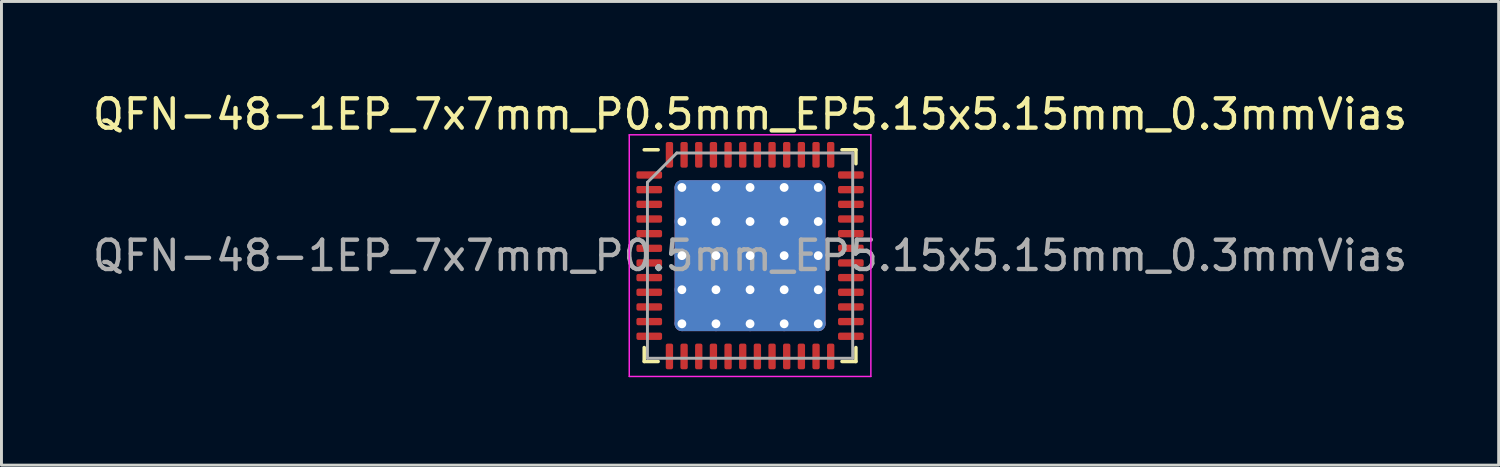
<source format=kicad_pcb>
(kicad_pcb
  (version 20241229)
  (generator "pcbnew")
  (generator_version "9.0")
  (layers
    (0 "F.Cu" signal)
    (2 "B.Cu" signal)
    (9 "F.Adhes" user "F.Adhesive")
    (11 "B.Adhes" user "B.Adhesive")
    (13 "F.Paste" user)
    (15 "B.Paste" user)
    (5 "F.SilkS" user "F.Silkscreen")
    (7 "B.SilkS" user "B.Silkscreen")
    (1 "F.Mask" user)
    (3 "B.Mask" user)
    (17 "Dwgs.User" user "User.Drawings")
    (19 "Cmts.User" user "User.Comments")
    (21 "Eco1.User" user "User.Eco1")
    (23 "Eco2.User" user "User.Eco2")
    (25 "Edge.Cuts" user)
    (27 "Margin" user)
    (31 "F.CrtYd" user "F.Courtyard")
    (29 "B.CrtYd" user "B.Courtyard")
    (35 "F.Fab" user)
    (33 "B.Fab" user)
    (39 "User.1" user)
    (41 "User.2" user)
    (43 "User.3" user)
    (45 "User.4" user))
  (footprint "QFN-48-1EP_7x7mm_P0.5mm_EP5.15x5.15mm_0.3mmVias"
    (layer "F.Cu")
    (at 22.53 5.668)
    (property "Reference" "QFN-48-1EP_7x7mm_P0.5mm_EP5.15x5.15mm_0.3mmVias" (at 0 -4.82 0) (layer "F.SilkS") (effects (font (size 1 1) (thickness 0.15))))
    (attr smd)
    (fp_line (start -3.61 3.61) (end -3.61 3.135) (stroke (width 0.12) (type solid)) (layer "F.SilkS"))
    (fp_line (start -3.135 -3.61) (end -3.61 -3.61) (stroke (width 0.12) (type solid)) (layer "F.SilkS"))
    (fp_line (start -3.135 3.61) (end -3.61 3.61) (stroke (width 0.12) (type solid)) (layer "F.SilkS"))
    (fp_line (start 3.135 -3.61) (end 3.61 -3.61) (stroke (width 0.12) (type solid)) (layer "F.SilkS"))
    (fp_line (start 3.135 3.61) (end 3.61 3.61) (stroke (width 0.12) (type solid)) (layer "F.SilkS"))
    (fp_line (start 3.61 -3.61) (end 3.61 -3.135) (stroke (width 0.12) (type solid)) (layer "F.SilkS"))
    (fp_line (start 3.61 3.61) (end 3.61 3.135) (stroke (width 0.12) (type solid)) (layer "F.SilkS"))
    (fp_line (start -4.12 -4.12) (end -4.12 4.12) (stroke (width 0.05) (type solid)) (layer "F.CrtYd"))
    (fp_line (start -4.12 4.12) (end 4.12 4.12) (stroke (width 0.05) (type solid)) (layer "F.CrtYd"))
    (fp_line (start 4.12 -4.12) (end -4.12 -4.12) (stroke (width 0.05) (type solid)) (layer "F.CrtYd"))
    (fp_line (start 4.12 4.12) (end 4.12 -4.12) (stroke (width 0.05) (type solid)) (layer "F.CrtYd"))
    (fp_line (start -3.5 -2.5) (end -2.5 -3.5) (stroke (width 0.1) (type solid)) (layer "F.Fab"))
    (fp_line (start -3.5 3.5) (end -3.5 -2.5) (stroke (width 0.1) (type solid)) (layer "F.Fab"))
    (fp_line (start -2.5 -3.5) (end 3.5 -3.5) (stroke (width 0.1) (type solid)) (layer "F.Fab"))
    (fp_line (start 3.5 -3.5) (end 3.5 3.5) (stroke (width 0.1) (type solid)) (layer "F.Fab"))
    (fp_line (start 3.5 3.5) (end -3.5 3.5) (stroke (width 0.1) (type solid)) (layer "F.Fab"))
    (fp_text user "${REFERENCE}" (at 0 0 0) (layer "F.Fab") (effects (font (size 1 1) (thickness 0.15))))
    (pad "" smd roundrect (at -1.744 -1.744) (size 0.997 0.997) (layers "F.Paste") (roundrect_rratio 0.25))
    (pad "" smd roundrect (at -1.744 -0.581) (size 0.997 0.997) (layers "F.Paste") (roundrect_rratio 0.25))
    (pad "" smd roundrect (at -1.744 0.581) (size 0.997 0.997) (layers "F.Paste") (roundrect_rratio 0.25))
    (pad "" smd roundrect (at -1.744 1.744) (size 0.997 0.997) (layers "F.Paste") (roundrect_rratio 0.25))
    (pad "" smd roundrect (at -0.581 -1.744) (size 0.997 0.997) (layers "F.Paste") (roundrect_rratio 0.25))
    (pad "" smd roundrect (at -0.581 -0.581) (size 0.997 0.997) (layers "F.Paste") (roundrect_rratio 0.25))
    (pad "" smd roundrect (at -0.581 0.581) (size 0.997 0.997) (layers "F.Paste") (roundrect_rratio 0.25))
    (pad "" smd roundrect (at -0.581 1.744) (size 0.997 0.997) (layers "F.Paste") (roundrect_rratio 0.25))
    (pad "" smd roundrect (at 0.581 -1.744) (size 0.997 0.997) (layers "F.Paste") (roundrect_rratio 0.25))
    (pad "" smd roundrect (at 0.581 -0.581) (size 0.997 0.997) (layers "F.Paste") (roundrect_rratio 0.25))
    (pad "" smd roundrect (at 0.581 0.581) (size 0.997 0.997) (layers "F.Paste") (roundrect_rratio 0.25))
    (pad "" smd roundrect (at 0.581 1.744) (size 0.997 0.997) (layers "F.Paste") (roundrect_rratio 0.25))
    (pad "" smd roundrect (at 1.744 -1.744) (size 0.997 0.997) (layers "F.Paste") (roundrect_rratio 0.25))
    (pad "" smd roundrect (at 1.744 -0.581) (size 0.997 0.997) (layers "F.Paste") (roundrect_rratio 0.25))
    (pad "" smd roundrect (at 1.744 0.581) (size 0.997 0.997) (layers "F.Paste") (roundrect_rratio 0.25))
    (pad "" smd roundrect (at 1.744 1.744) (size 0.997 0.997) (layers "F.Paste") (roundrect_rratio 0.25))
    (pad "1" smd roundrect (at -3.438 -2.75) (size 0.875 0.25) (layers "F.Cu" "F.Mask" "F.Paste") (roundrect_rratio 0.25))
    (pad "2" smd roundrect (at -3.438 -2.25) (size 0.875 0.25) (layers "F.Cu" "F.Mask" "F.Paste") (roundrect_rratio 0.25))
    (pad "3" smd roundrect (at -3.438 -1.75) (size 0.875 0.25) (layers "F.Cu" "F.Mask" "F.Paste") (roundrect_rratio 0.25))
    (pad "4" smd roundrect (at -3.438 -1.25) (size 0.875 0.25) (layers "F.Cu" "F.Mask" "F.Paste") (roundrect_rratio 0.25))
    (pad "5" smd roundrect (at -3.438 -0.75) (size 0.875 0.25) (layers "F.Cu" "F.Mask" "F.Paste") (roundrect_rratio 0.25))
    (pad "6" smd roundrect (at -3.438 -0.25) (size 0.875 0.25) (layers "F.Cu" "F.Mask" "F.Paste") (roundrect_rratio 0.25))
    (pad "7" smd roundrect (at -3.438 0.25) (size 0.875 0.25) (layers "F.Cu" "F.Mask" "F.Paste") (roundrect_rratio 0.25))
    (pad "8" smd roundrect (at -3.438 0.75) (size 0.875 0.25) (layers "F.Cu" "F.Mask" "F.Paste") (roundrect_rratio 0.25))
    (pad "9" smd roundrect (at -3.438 1.25) (size 0.875 0.25) (layers "F.Cu" "F.Mask" "F.Paste") (roundrect_rratio 0.25))
    (pad "10" smd roundrect (at -3.438 1.75) (size 0.875 0.25) (layers "F.Cu" "F.Mask" "F.Paste") (roundrect_rratio 0.25))
    (pad "11" smd roundrect (at -3.438 2.25) (size 0.875 0.25) (layers "F.Cu" "F.Mask" "F.Paste") (roundrect_rratio 0.25))
    (pad "12" smd roundrect (at -3.438 2.75) (size 0.875 0.25) (layers "F.Cu" "F.Mask" "F.Paste") (roundrect_rratio 0.25))
    (pad "13" smd roundrect (at -2.75 3.438) (size 0.25 0.875) (layers "F.Cu" "F.Mask" "F.Paste") (roundrect_rratio 0.25))
    (pad "14" smd roundrect (at -2.25 3.438) (size 0.25 0.875) (layers "F.Cu" "F.Mask" "F.Paste") (roundrect_rratio 0.25))
    (pad "15" smd roundrect (at -1.75 3.438) (size 0.25 0.875) (layers "F.Cu" "F.Mask" "F.Paste") (roundrect_rratio 0.25))
    (pad "16" smd roundrect (at -1.25 3.438) (size 0.25 0.875) (layers "F.Cu" "F.Mask" "F.Paste") (roundrect_rratio 0.25))
    (pad "17" smd roundrect (at -0.75 3.438) (size 0.25 0.875) (layers "F.Cu" "F.Mask" "F.Paste") (roundrect_rratio 0.25))
    (pad "18" smd roundrect (at -0.25 3.438) (size 0.25 0.875) (layers "F.Cu" "F.Mask" "F.Paste") (roundrect_rratio 0.25))
    (pad "19" smd roundrect (at 0.25 3.438) (size 0.25 0.875) (layers "F.Cu" "F.Mask" "F.Paste") (roundrect_rratio 0.25))
    (pad "20" smd roundrect (at 0.75 3.438) (size 0.25 0.875) (layers "F.Cu" "F.Mask" "F.Paste") (roundrect_rratio 0.25))
    (pad "21" smd roundrect (at 1.25 3.438) (size 0.25 0.875) (layers "F.Cu" "F.Mask" "F.Paste") (roundrect_rratio 0.25))
    (pad "22" smd roundrect (at 1.75 3.438) (size 0.25 0.875) (layers "F.Cu" "F.Mask" "F.Paste") (roundrect_rratio 0.25))
    (pad "23" smd roundrect (at 2.25 3.438) (size 0.25 0.875) (layers "F.Cu" "F.Mask" "F.Paste") (roundrect_rratio 0.25))
    (pad "24" smd roundrect (at 2.75 3.438) (size 0.25 0.875) (layers "F.Cu" "F.Mask" "F.Paste") (roundrect_rratio 0.25))
    (pad "25" smd roundrect (at 3.438 2.75) (size 0.875 0.25) (layers "F.Cu" "F.Mask" "F.Paste") (roundrect_rratio 0.25))
    (pad "26" smd roundrect (at 3.438 2.25) (size 0.875 0.25) (layers "F.Cu" "F.Mask" "F.Paste") (roundrect_rratio 0.25))
    (pad "27" smd roundrect (at 3.438 1.75) (size 0.875 0.25) (layers "F.Cu" "F.Mask" "F.Paste") (roundrect_rratio 0.25))
    (pad "28" smd roundrect (at 3.438 1.25) (size 0.875 0.25) (layers "F.Cu" "F.Mask" "F.Paste") (roundrect_rratio 0.25))
    (pad "29" smd roundrect (at 3.438 0.75) (size 0.875 0.25) (layers "F.Cu" "F.Mask" "F.Paste") (roundrect_rratio 0.25))
    (pad "30" smd roundrect (at 3.438 0.25) (size 0.875 0.25) (layers "F.Cu" "F.Mask" "F.Paste") (roundrect_rratio 0.25))
    (pad "31" smd roundrect (at 3.438 -0.25) (size 0.875 0.25) (layers "F.Cu" "F.Mask" "F.Paste") (roundrect_rratio 0.25))
    (pad "32" smd roundrect (at 3.438 -0.75) (size 0.875 0.25) (layers "F.Cu" "F.Mask" "F.Paste") (roundrect_rratio 0.25))
    (pad "33" smd roundrect (at 3.438 -1.25) (size 0.875 0.25) (layers "F.Cu" "F.Mask" "F.Paste") (roundrect_rratio 0.25))
    (pad "34" smd roundrect (at 3.438 -1.75) (size 0.875 0.25) (layers "F.Cu" "F.Mask" "F.Paste") (roundrect_rratio 0.25))
    (pad "35" smd roundrect (at 3.438 -2.25) (size 0.875 0.25) (layers "F.Cu" "F.Mask" "F.Paste") (roundrect_rratio 0.25))
    (pad "36" smd roundrect (at 3.438 -2.75) (size 0.875 0.25) (layers "F.Cu" "F.Mask" "F.Paste") (roundrect_rratio 0.25))
    (pad "37" smd roundrect (at 2.75 -3.438) (size 0.25 0.875) (layers "F.Cu" "F.Mask" "F.Paste") (roundrect_rratio 0.25))
    (pad "38" smd roundrect (at 2.25 -3.438) (size 0.25 0.875) (layers "F.Cu" "F.Mask" "F.Paste") (roundrect_rratio 0.25))
    (pad "39" smd roundrect (at 1.75 -3.438) (size 0.25 0.875) (layers "F.Cu" "F.Mask" "F.Paste") (roundrect_rratio 0.25))
    (pad "40" smd roundrect (at 1.25 -3.438) (size 0.25 0.875) (layers "F.Cu" "F.Mask" "F.Paste") (roundrect_rratio 0.25))
    (pad "41" smd roundrect (at 0.75 -3.438) (size 0.25 0.875) (layers "F.Cu" "F.Mask" "F.Paste") (roundrect_rratio 0.25))
    (pad "42" smd roundrect (at 0.25 -3.438) (size 0.25 0.875) (layers "F.Cu" "F.Mask" "F.Paste") (roundrect_rratio 0.25))
    (pad "43" smd roundrect (at -0.25 -3.438) (size 0.25 0.875) (layers "F.Cu" "F.Mask" "F.Paste") (roundrect_rratio 0.25))
    (pad "44" smd roundrect (at -0.75 -3.438) (size 0.25 0.875) (layers "F.Cu" "F.Mask" "F.Paste") (roundrect_rratio 0.25))
    (pad "45" smd roundrect (at -1.25 -3.438) (size 0.25 0.875) (layers "F.Cu" "F.Mask" "F.Paste") (roundrect_rratio 0.25))
    (pad "46" smd roundrect (at -1.75 -3.438) (size 0.25 0.875) (layers "F.Cu" "F.Mask" "F.Paste") (roundrect_rratio 0.25))
    (pad "47" smd roundrect (at -2.25 -3.438) (size 0.25 0.875) (layers "F.Cu" "F.Mask" "F.Paste") (roundrect_rratio 0.25))
    (pad "48" smd roundrect (at -2.75 -3.438) (size 0.25 0.875) (layers "F.Cu" "F.Mask" "F.Paste") (roundrect_rratio 0.25))
    (pad "49" thru_hole circle (at -2.325 -2.325) (size 0.5 0.5) (drill 0.3) (layers "*.Cu"))
    (pad "49" thru_hole circle (at -2.325 -1.163) (size 0.5 0.5) (drill 0.3) (layers "*.Cu"))
    (pad "49" thru_hole circle (at -2.325 0) (size 0.5 0.5) (drill 0.3) (layers "*.Cu"))
    (pad "49" thru_hole circle (at -2.325 1.163) (size 0.5 0.5) (drill 0.3) (layers "*.Cu"))
    (pad "49" thru_hole circle (at -2.325 2.325) (size 0.5 0.5) (drill 0.3) (layers "*.Cu"))
    (pad "49" thru_hole circle (at -1.163 -2.325) (size 0.5 0.5) (drill 0.3) (layers "*.Cu"))
    (pad "49" thru_hole circle (at -1.163 -1.163) (size 0.5 0.5) (drill 0.3) (layers "*.Cu"))
    (pad "49" thru_hole circle (at -1.163 0) (size 0.5 0.5) (drill 0.3) (layers "*.Cu"))
    (pad "49" thru_hole circle (at -1.163 1.163) (size 0.5 0.5) (drill 0.3) (layers "*.Cu"))
    (pad "49" thru_hole circle (at -1.163 2.325) (size 0.5 0.5) (drill 0.3) (layers "*.Cu"))
    (pad "49" thru_hole circle (at 0 -2.325) (size 0.5 0.5) (drill 0.3) (layers "*.Cu"))
    (pad "49" thru_hole circle (at 0 -1.163) (size 0.5 0.5) (drill 0.3) (layers "*.Cu"))
    (pad "49" thru_hole circle (at 0 0) (size 0.5 0.5) (drill 0.3) (layers "*.Cu"))
    (pad "49" smd roundrect (at 0 0) (size 5.15 5.15) (layers "F.Cu" "F.Mask") (roundrect_rratio 0.049))
    (pad "49" smd roundrect (at 0 0) (size 5.15 5.15) (layers "B.Cu") (roundrect_rratio 0.049))
    (pad "49" thru_hole circle (at 0 1.163) (size 0.5 0.5) (drill 0.3) (layers "*.Cu"))
    (pad "49" thru_hole circle (at 0 2.325) (size 0.5 0.5) (drill 0.3) (layers "*.Cu"))
    (pad "49" thru_hole circle (at 1.163 -2.325) (size 0.5 0.5) (drill 0.3) (layers "*.Cu"))
    (pad "49" thru_hole circle (at 1.163 -1.163) (size 0.5 0.5) (drill 0.3) (layers "*.Cu"))
    (pad "49" thru_hole circle (at 1.163 0) (size 0.5 0.5) (drill 0.3) (layers "*.Cu"))
    (pad "49" thru_hole circle (at 1.163 1.163) (size 0.5 0.5) (drill 0.3) (layers "*.Cu"))
    (pad "49" thru_hole circle (at 1.163 2.325) (size 0.5 0.5) (drill 0.3) (layers "*.Cu"))
    (pad "49" thru_hole circle (at 2.325 -2.325) (size 0.5 0.5) (drill 0.3) (layers "*.Cu"))
    (pad "49" thru_hole circle (at 2.325 -1.163) (size 0.5 0.5) (drill 0.3) (layers "*.Cu"))
    (pad "49" thru_hole circle (at 2.325 0) (size 0.5 0.5) (drill 0.3) (layers "*.Cu"))
    (pad "49" thru_hole circle (at 2.325 1.163) (size 0.5 0.5) (drill 0.3) (layers "*.Cu"))
    (pad "49" thru_hole circle (at 2.325 2.325) (size 0.5 0.5) (drill 0.3) (layers "*.Cu")))
  (gr_rect
    (start -3 -3)
    (end 48.06 12.813)
    (stroke (width 0.1) (type default))
    (fill no)
    (layer "Edge.Cuts")))
</source>
